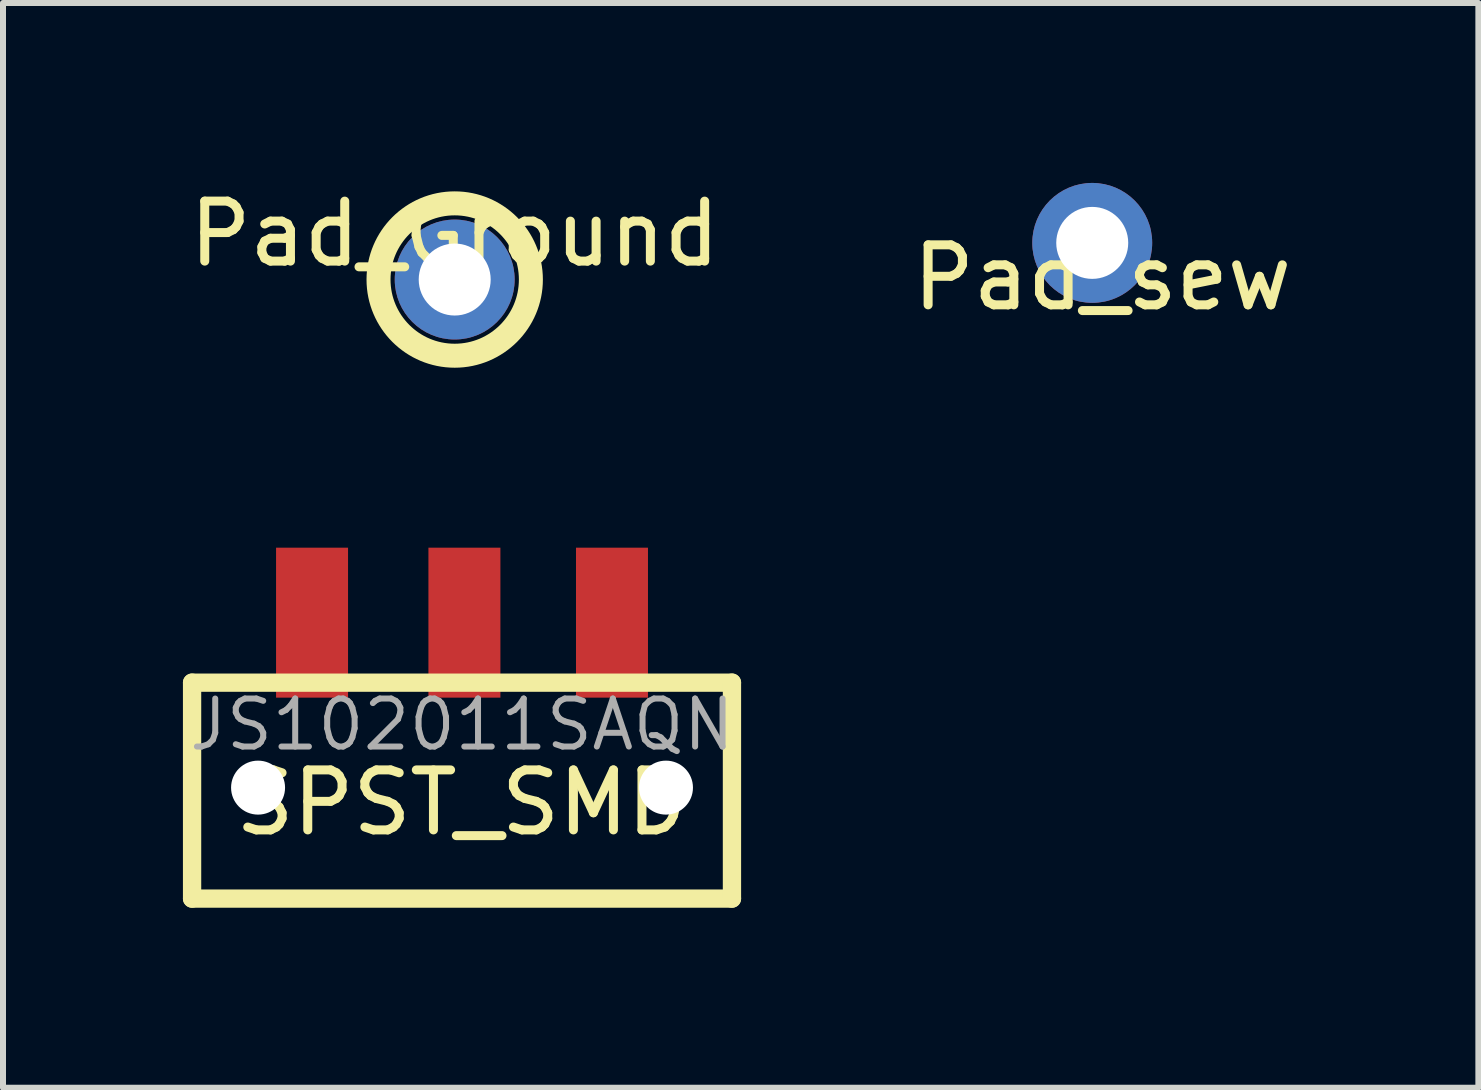
<source format=kicad_pcb>
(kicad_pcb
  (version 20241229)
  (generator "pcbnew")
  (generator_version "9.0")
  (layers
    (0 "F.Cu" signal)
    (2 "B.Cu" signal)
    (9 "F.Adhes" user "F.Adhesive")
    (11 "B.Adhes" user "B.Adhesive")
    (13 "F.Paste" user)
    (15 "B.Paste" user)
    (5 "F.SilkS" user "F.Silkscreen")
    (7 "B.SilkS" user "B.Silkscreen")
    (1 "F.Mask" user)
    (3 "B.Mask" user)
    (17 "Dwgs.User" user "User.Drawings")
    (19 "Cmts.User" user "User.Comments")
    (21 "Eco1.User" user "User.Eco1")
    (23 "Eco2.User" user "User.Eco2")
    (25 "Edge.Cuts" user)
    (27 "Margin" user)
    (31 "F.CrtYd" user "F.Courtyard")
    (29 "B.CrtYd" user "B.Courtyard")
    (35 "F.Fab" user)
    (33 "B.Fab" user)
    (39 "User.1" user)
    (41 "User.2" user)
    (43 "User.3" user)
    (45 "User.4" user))
  (footprint "Pad_Ground"
    (layer "F.Cu")
    (at 4.53 1.61)
    (property "Reference" "Pad_Ground" (at 0 -0.762 0) (layer "F.SilkS") (effects (font (size 1 1) (thickness 0.15))))
    (attr through_hole)
    (fp_circle (center 0 0) (end -0.762 -1.016) (stroke (width 0.4) (type solid)) (fill no) (layer "F.SilkS"))
    (pad "1" thru_hole circle (at 0 0) (size 1.999 1.999) (drill 1.2) (layers "*.Cu" "F.Mask")))
  (footprint "SPST_SMD"
    (layer "F.Cu")
    (at 4.652 7.33)
    (property "Reference" "SPST_SMD" (at 0 3 0) (layer "F.SilkS") (effects (font (size 1 1) (thickness 0.15))))
    (attr through_hole)
    (fp_line (start -4.5 1) (end -4.5 4.6) (stroke (width 0.305) (type solid)) (layer "F.SilkS"))
    (fp_line (start -4.5 1) (end 4.5 1) (stroke (width 0.305) (type solid)) (layer "F.SilkS"))
    (fp_line (start -4.5 4.6) (end 4.5 4.6) (stroke (width 0.305) (type solid)) (layer "F.SilkS"))
    (fp_line (start 4.5 1) (end 4.5 4.6) (stroke (width 0.305) (type solid)) (layer "F.SilkS"))
    (fp_text user "JS102011SAQN" (at 0 1.7 0) (layer "F.Fab") (effects (font (size 0.8 0.8) (thickness 0.1))))
    (pad "" np_thru_hole circle (at -3.4 2.75) (size 0.9 0.9) (drill 0.9) (layers "*.Cu" "*.Mask"))
    (pad "" np_thru_hole circle (at 3.4 2.75) (size 0.9 0.9) (drill 0.9) (layers "*.Cu" "*.Mask"))
    (pad "1" smd rect (at 2.5 0) (size 1.2 2.5) (layers "F.Cu" "F.Mask" "F.Paste"))
    (pad "2" smd rect (at 0.04 0) (size 1.2 2.5) (layers "F.Cu" "F.Mask" "F.Paste"))
    (pad "3" smd rect (at -2.5 0) (size 1.2 2.5) (layers "F.Cu" "F.Mask" "F.Paste")))
  (footprint "Pad_sew"
    (layer "F.Cu")
    (at 15.158 0.999)
    (property "Reference" "Pad_sew" (at 0.169 0.578 0) (layer "F.SilkS") (effects (font (size 1 1) (thickness 0.15))))
    (attr through_hole)
    (pad "1" thru_hole circle (at 0 0) (size 1.999 1.999) (drill 1.2) (layers "*.Cu" "F.Mask")))
  (gr_rect
    (start -3 -3)
    (end 21.595 15.083)
    (stroke (width 0.1) (type default))
    (fill no)
    (layer "Edge.Cuts")))
</source>
